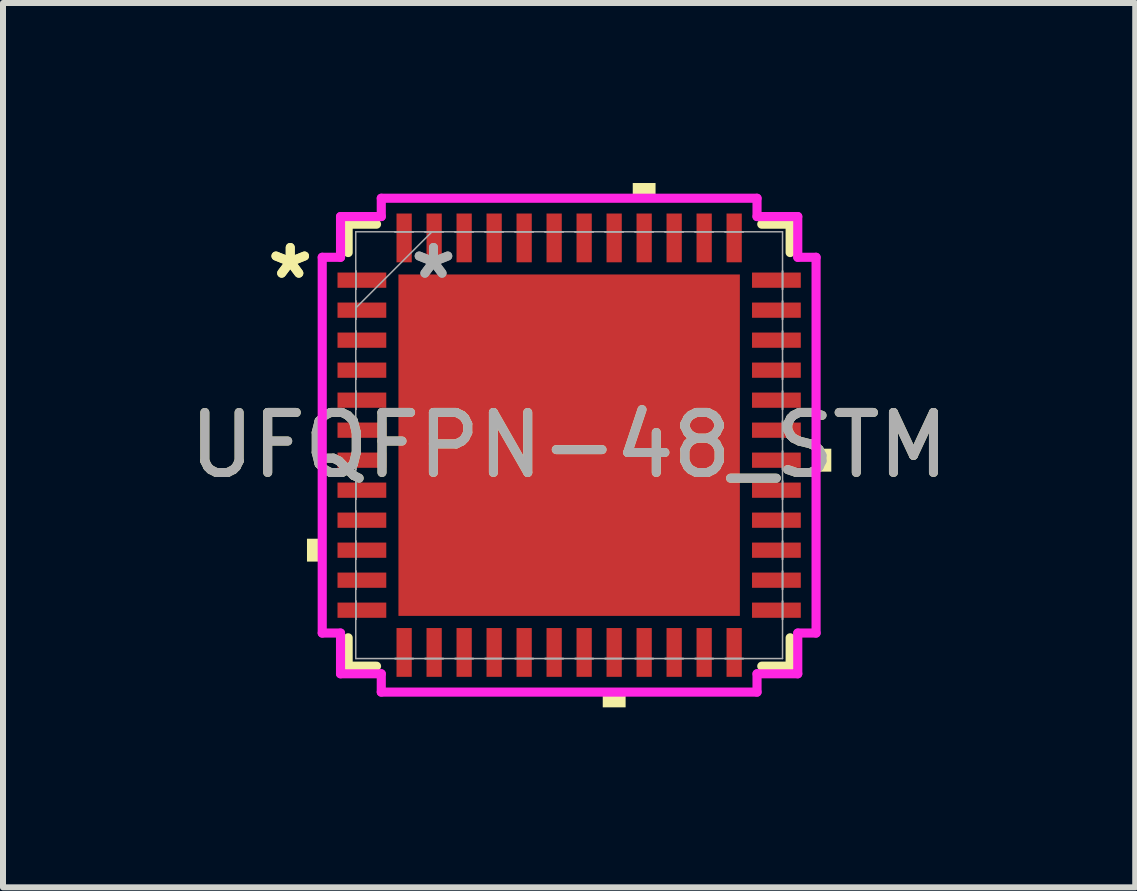
<source format=kicad_pcb>
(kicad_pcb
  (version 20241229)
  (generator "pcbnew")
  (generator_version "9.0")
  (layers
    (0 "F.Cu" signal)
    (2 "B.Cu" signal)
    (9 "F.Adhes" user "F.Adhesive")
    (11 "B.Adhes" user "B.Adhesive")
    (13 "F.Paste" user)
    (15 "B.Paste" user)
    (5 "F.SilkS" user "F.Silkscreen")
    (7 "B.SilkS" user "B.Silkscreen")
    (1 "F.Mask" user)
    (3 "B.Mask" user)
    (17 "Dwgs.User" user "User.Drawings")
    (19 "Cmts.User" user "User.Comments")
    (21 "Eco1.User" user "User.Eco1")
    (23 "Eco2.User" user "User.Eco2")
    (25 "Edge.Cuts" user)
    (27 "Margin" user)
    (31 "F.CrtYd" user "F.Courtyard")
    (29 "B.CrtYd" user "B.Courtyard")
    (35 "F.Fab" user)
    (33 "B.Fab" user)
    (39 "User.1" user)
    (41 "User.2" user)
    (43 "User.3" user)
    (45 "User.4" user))
  (footprint "UFQFPN-48_STM"
    (layer "F.Cu")
    (at 6.435 4.369)
    (property "Reference" "UFQFPN-48_STM" (at 0 0 0) (unlocked yes) (layer "F.SilkS") (effects (font (size 1 1) (thickness 0.15))))
    (attr smd)
    (fp_line (start -3.683 -3.683) (end -3.683 -3.21) (stroke (width 0.152) (type solid)) (layer "F.SilkS"))
    (fp_line (start -3.683 3.21) (end -3.683 3.683) (stroke (width 0.152) (type solid)) (layer "F.SilkS"))
    (fp_line (start -3.683 3.683) (end -3.21 3.683) (stroke (width 0.152) (type solid)) (layer "F.SilkS"))
    (fp_line (start -3.21 -3.683) (end -3.683 -3.683) (stroke (width 0.152) (type solid)) (layer "F.SilkS"))
    (fp_line (start 3.21 3.683) (end 3.683 3.683) (stroke (width 0.152) (type solid)) (layer "F.SilkS"))
    (fp_line (start 3.683 -3.683) (end 3.21 -3.683) (stroke (width 0.152) (type solid)) (layer "F.SilkS"))
    (fp_line (start 3.683 -3.21) (end 3.683 -3.683) (stroke (width 0.152) (type solid)) (layer "F.SilkS"))
    (fp_line (start 3.683 3.683) (end 3.683 3.21) (stroke (width 0.152) (type solid)) (layer "F.SilkS"))
    (fp_poly (pts (xy -4.369 1.559) (xy -4.369 1.94) (xy -4.115 1.94) (xy -4.115 1.559)) (stroke (width 0) (type solid)) (fill yes) (layer "F.SilkS"))
    (fp_poly (pts (xy 0.56 4.115) (xy 0.56 4.369) (xy 0.941 4.369) (xy 0.941 4.115)) (stroke (width 0) (type solid)) (fill yes) (layer "F.SilkS"))
    (fp_poly (pts (xy 1.06 -4.115) (xy 1.06 -4.369) (xy 1.44 -4.369) (xy 1.44 -4.115)) (stroke (width 0) (type solid)) (fill yes) (layer "F.SilkS"))
    (fp_poly (pts (xy 4.369 0.059) (xy 4.369 0.441) (xy 4.115 0.441) (xy 4.115 0.059)) (stroke (width 0) (type solid)) (fill yes) (layer "F.SilkS"))
    (fp_line (start -4.115 -3.131) (end -3.81 -3.131) (stroke (width 0.152) (type solid)) (layer "F.CrtYd"))
    (fp_line (start -4.115 3.131) (end -4.115 -3.131) (stroke (width 0.152) (type solid)) (layer "F.CrtYd"))
    (fp_line (start -3.81 -3.81) (end -3.131 -3.81) (stroke (width 0.152) (type solid)) (layer "F.CrtYd"))
    (fp_line (start -3.81 -3.131) (end -3.81 -3.81) (stroke (width 0.152) (type solid)) (layer "F.CrtYd"))
    (fp_line (start -3.81 3.131) (end -4.115 3.131) (stroke (width 0.152) (type solid)) (layer "F.CrtYd"))
    (fp_line (start -3.81 3.81) (end -3.81 3.131) (stroke (width 0.152) (type solid)) (layer "F.CrtYd"))
    (fp_line (start -3.131 -4.115) (end 3.131 -4.115) (stroke (width 0.152) (type solid)) (layer "F.CrtYd"))
    (fp_line (start -3.131 -3.81) (end -3.131 -4.115) (stroke (width 0.152) (type solid)) (layer "F.CrtYd"))
    (fp_line (start -3.131 3.81) (end -3.81 3.81) (stroke (width 0.152) (type solid)) (layer "F.CrtYd"))
    (fp_line (start -3.131 4.115) (end -3.131 3.81) (stroke (width 0.152) (type solid)) (layer "F.CrtYd"))
    (fp_line (start 3.131 -4.115) (end 3.131 -3.81) (stroke (width 0.152) (type solid)) (layer "F.CrtYd"))
    (fp_line (start 3.131 -3.81) (end 3.81 -3.81) (stroke (width 0.152) (type solid)) (layer "F.CrtYd"))
    (fp_line (start 3.131 3.81) (end 3.131 4.115) (stroke (width 0.152) (type solid)) (layer "F.CrtYd"))
    (fp_line (start 3.131 4.115) (end -3.131 4.115) (stroke (width 0.152) (type solid)) (layer "F.CrtYd"))
    (fp_line (start 3.81 -3.81) (end 3.81 -3.131) (stroke (width 0.152) (type solid)) (layer "F.CrtYd"))
    (fp_line (start 3.81 -3.131) (end 4.115 -3.131) (stroke (width 0.152) (type solid)) (layer "F.CrtYd"))
    (fp_line (start 3.81 3.131) (end 3.81 3.81) (stroke (width 0.152) (type solid)) (layer "F.CrtYd"))
    (fp_line (start 3.81 3.81) (end 3.131 3.81) (stroke (width 0.152) (type solid)) (layer "F.CrtYd"))
    (fp_line (start 4.115 -3.131) (end 4.115 3.131) (stroke (width 0.152) (type solid)) (layer "F.CrtYd"))
    (fp_line (start 4.115 3.131) (end 3.81 3.131) (stroke (width 0.152) (type solid)) (layer "F.CrtYd"))
    (fp_line (start -3.556 -3.556) (end -3.556 3.556) (stroke (width 0.025) (type solid)) (layer "F.Fab"))
    (fp_line (start -3.556 -2.902) (end -3.556 -2.902) (stroke (width 0.025) (type solid)) (layer "F.Fab"))
    (fp_line (start -3.556 -2.902) (end -3.556 -2.598) (stroke (width 0.025) (type solid)) (layer "F.Fab"))
    (fp_line (start -3.556 -2.598) (end -3.556 -2.902) (stroke (width 0.025) (type solid)) (layer "F.Fab"))
    (fp_line (start -3.556 -2.598) (end -3.556 -2.598) (stroke (width 0.025) (type solid)) (layer "F.Fab"))
    (fp_line (start -3.556 -2.402) (end -3.556 -2.402) (stroke (width 0.025) (type solid)) (layer "F.Fab"))
    (fp_line (start -3.556 -2.402) (end -3.556 -2.098) (stroke (width 0.025) (type solid)) (layer "F.Fab"))
    (fp_line (start -3.556 -2.286) (end -2.286 -3.556) (stroke (width 0.025) (type solid)) (layer "F.Fab"))
    (fp_line (start -3.556 -2.098) (end -3.556 -2.402) (stroke (width 0.025) (type solid)) (layer "F.Fab"))
    (fp_line (start -3.556 -2.098) (end -3.556 -2.098) (stroke (width 0.025) (type solid)) (layer "F.Fab"))
    (fp_line (start -3.556 -1.902) (end -3.556 -1.902) (stroke (width 0.025) (type solid)) (layer "F.Fab"))
    (fp_line (start -3.556 -1.902) (end -3.556 -1.598) (stroke (width 0.025) (type solid)) (layer "F.Fab"))
    (fp_line (start -3.556 -1.598) (end -3.556 -1.902) (stroke (width 0.025) (type solid)) (layer "F.Fab"))
    (fp_line (start -3.556 -1.598) (end -3.556 -1.598) (stroke (width 0.025) (type solid)) (layer "F.Fab"))
    (fp_line (start -3.556 -1.402) (end -3.556 -1.402) (stroke (width 0.025) (type solid)) (layer "F.Fab"))
    (fp_line (start -3.556 -1.402) (end -3.556 -1.098) (stroke (width 0.025) (type solid)) (layer "F.Fab"))
    (fp_line (start -3.556 -1.098) (end -3.556 -1.402) (stroke (width 0.025) (type solid)) (layer "F.Fab"))
    (fp_line (start -3.556 -1.098) (end -3.556 -1.098) (stroke (width 0.025) (type solid)) (layer "F.Fab"))
    (fp_line (start -3.556 -0.902) (end -3.556 -0.902) (stroke (width 0.025) (type solid)) (layer "F.Fab"))
    (fp_line (start -3.556 -0.902) (end -3.556 -0.598) (stroke (width 0.025) (type solid)) (layer "F.Fab"))
    (fp_line (start -3.556 -0.598) (end -3.556 -0.902) (stroke (width 0.025) (type solid)) (layer "F.Fab"))
    (fp_line (start -3.556 -0.598) (end -3.556 -0.598) (stroke (width 0.025) (type solid)) (layer "F.Fab"))
    (fp_line (start -3.556 -0.402) (end -3.556 -0.402) (stroke (width 0.025) (type solid)) (layer "F.Fab"))
    (fp_line (start -3.556 -0.402) (end -3.556 -0.098) (stroke (width 0.025) (type solid)) (layer "F.Fab"))
    (fp_line (start -3.556 -0.098) (end -3.556 -0.402) (stroke (width 0.025) (type solid)) (layer "F.Fab"))
    (fp_line (start -3.556 -0.098) (end -3.556 -0.098) (stroke (width 0.025) (type solid)) (layer "F.Fab"))
    (fp_line (start -3.556 0.098) (end -3.556 0.098) (stroke (width 0.025) (type solid)) (layer "F.Fab"))
    (fp_line (start -3.556 0.098) (end -3.556 0.402) (stroke (width 0.025) (type solid)) (layer "F.Fab"))
    (fp_line (start -3.556 0.402) (end -3.556 0.098) (stroke (width 0.025) (type solid)) (layer "F.Fab"))
    (fp_line (start -3.556 0.402) (end -3.556 0.402) (stroke (width 0.025) (type solid)) (layer "F.Fab"))
    (fp_line (start -3.556 0.598) (end -3.556 0.598) (stroke (width 0.025) (type solid)) (layer "F.Fab"))
    (fp_line (start -3.556 0.598) (end -3.556 0.902) (stroke (width 0.025) (type solid)) (layer "F.Fab"))
    (fp_line (start -3.556 0.902) (end -3.556 0.598) (stroke (width 0.025) (type solid)) (layer "F.Fab"))
    (fp_line (start -3.556 0.902) (end -3.556 0.902) (stroke (width 0.025) (type solid)) (layer "F.Fab"))
    (fp_line (start -3.556 1.098) (end -3.556 1.098) (stroke (width 0.025) (type solid)) (layer "F.Fab"))
    (fp_line (start -3.556 1.098) (end -3.556 1.402) (stroke (width 0.025) (type solid)) (layer "F.Fab"))
    (fp_line (start -3.556 1.402) (end -3.556 1.098) (stroke (width 0.025) (type solid)) (layer "F.Fab"))
    (fp_line (start -3.556 1.402) (end -3.556 1.402) (stroke (width 0.025) (type solid)) (layer "F.Fab"))
    (fp_line (start -3.556 1.598) (end -3.556 1.598) (stroke (width 0.025) (type solid)) (layer "F.Fab"))
    (fp_line (start -3.556 1.598) (end -3.556 1.902) (stroke (width 0.025) (type solid)) (layer "F.Fab"))
    (fp_line (start -3.556 1.902) (end -3.556 1.598) (stroke (width 0.025) (type solid)) (layer "F.Fab"))
    (fp_line (start -3.556 1.902) (end -3.556 1.902) (stroke (width 0.025) (type solid)) (layer "F.Fab"))
    (fp_line (start -3.556 2.098) (end -3.556 2.098) (stroke (width 0.025) (type solid)) (layer "F.Fab"))
    (fp_line (start -3.556 2.098) (end -3.556 2.402) (stroke (width 0.025) (type solid)) (layer "F.Fab"))
    (fp_line (start -3.556 2.402) (end -3.556 2.098) (stroke (width 0.025) (type solid)) (layer "F.Fab"))
    (fp_line (start -3.556 2.402) (end -3.556 2.402) (stroke (width 0.025) (type solid)) (layer "F.Fab"))
    (fp_line (start -3.556 2.598) (end -3.556 2.598) (stroke (width 0.025) (type solid)) (layer "F.Fab"))
    (fp_line (start -3.556 2.598) (end -3.556 2.902) (stroke (width 0.025) (type solid)) (layer "F.Fab"))
    (fp_line (start -3.556 2.902) (end -3.556 2.598) (stroke (width 0.025) (type solid)) (layer "F.Fab"))
    (fp_line (start -3.556 2.902) (end -3.556 2.902) (stroke (width 0.025) (type solid)) (layer "F.Fab"))
    (fp_line (start -3.556 3.556) (end 3.556 3.556) (stroke (width 0.025) (type solid)) (layer "F.Fab"))
    (fp_line (start -2.902 -3.556) (end -2.902 -3.556) (stroke (width 0.025) (type solid)) (layer "F.Fab"))
    (fp_line (start -2.902 -3.556) (end -2.598 -3.556) (stroke (width 0.025) (type solid)) (layer "F.Fab"))
    (fp_line (start -2.902 3.556) (end -2.902 3.556) (stroke (width 0.025) (type solid)) (layer "F.Fab"))
    (fp_line (start -2.902 3.556) (end -2.598 3.556) (stroke (width 0.025) (type solid)) (layer "F.Fab"))
    (fp_line (start -2.598 -3.556) (end -2.902 -3.556) (stroke (width 0.025) (type solid)) (layer "F.Fab"))
    (fp_line (start -2.598 -3.556) (end -2.598 -3.556) (stroke (width 0.025) (type solid)) (layer "F.Fab"))
    (fp_line (start -2.598 3.556) (end -2.902 3.556) (stroke (width 0.025) (type solid)) (layer "F.Fab"))
    (fp_line (start -2.598 3.556) (end -2.598 3.556) (stroke (width 0.025) (type solid)) (layer "F.Fab"))
    (fp_line (start -2.402 -3.556) (end -2.402 -3.556) (stroke (width 0.025) (type solid)) (layer "F.Fab"))
    (fp_line (start -2.402 -3.556) (end -2.098 -3.556) (stroke (width 0.025) (type solid)) (layer "F.Fab"))
    (fp_line (start -2.402 3.556) (end -2.402 3.556) (stroke (width 0.025) (type solid)) (layer "F.Fab"))
    (fp_line (start -2.402 3.556) (end -2.098 3.556) (stroke (width 0.025) (type solid)) (layer "F.Fab"))
    (fp_line (start -2.098 -3.556) (end -2.402 -3.556) (stroke (width 0.025) (type solid)) (layer "F.Fab"))
    (fp_line (start -2.098 -3.556) (end -2.098 -3.556) (stroke (width 0.025) (type solid)) (layer "F.Fab"))
    (fp_line (start -2.098 3.556) (end -2.402 3.556) (stroke (width 0.025) (type solid)) (layer "F.Fab"))
    (fp_line (start -2.098 3.556) (end -2.098 3.556) (stroke (width 0.025) (type solid)) (layer "F.Fab"))
    (fp_line (start -1.902 -3.556) (end -1.902 -3.556) (stroke (width 0.025) (type solid)) (layer "F.Fab"))
    (fp_line (start -1.902 -3.556) (end -1.598 -3.556) (stroke (width 0.025) (type solid)) (layer "F.Fab"))
    (fp_line (start -1.902 3.556) (end -1.902 3.556) (stroke (width 0.025) (type solid)) (layer "F.Fab"))
    (fp_line (start -1.902 3.556) (end -1.598 3.556) (stroke (width 0.025) (type solid)) (layer "F.Fab"))
    (fp_line (start -1.598 -3.556) (end -1.902 -3.556) (stroke (width 0.025) (type solid)) (layer "F.Fab"))
    (fp_line (start -1.598 -3.556) (end -1.598 -3.556) (stroke (width 0.025) (type solid)) (layer "F.Fab"))
    (fp_line (start -1.598 3.556) (end -1.902 3.556) (stroke (width 0.025) (type solid)) (layer "F.Fab"))
    (fp_line (start -1.598 3.556) (end -1.598 3.556) (stroke (width 0.025) (type solid)) (layer "F.Fab"))
    (fp_line (start -1.402 -3.556) (end -1.402 -3.556) (stroke (width 0.025) (type solid)) (layer "F.Fab"))
    (fp_line (start -1.402 -3.556) (end -1.098 -3.556) (stroke (width 0.025) (type solid)) (layer "F.Fab"))
    (fp_line (start -1.402 3.556) (end -1.402 3.556) (stroke (width 0.025) (type solid)) (layer "F.Fab"))
    (fp_line (start -1.402 3.556) (end -1.098 3.556) (stroke (width 0.025) (type solid)) (layer "F.Fab"))
    (fp_line (start -1.098 -3.556) (end -1.402 -3.556) (stroke (width 0.025) (type solid)) (layer "F.Fab"))
    (fp_line (start -1.098 -3.556) (end -1.098 -3.556) (stroke (width 0.025) (type solid)) (layer "F.Fab"))
    (fp_line (start -1.098 3.556) (end -1.402 3.556) (stroke (width 0.025) (type solid)) (layer "F.Fab"))
    (fp_line (start -1.098 3.556) (end -1.098 3.556) (stroke (width 0.025) (type solid)) (layer "F.Fab"))
    (fp_line (start -0.902 -3.556) (end -0.902 -3.556) (stroke (width 0.025) (type solid)) (layer "F.Fab"))
    (fp_line (start -0.902 -3.556) (end -0.598 -3.556) (stroke (width 0.025) (type solid)) (layer "F.Fab"))
    (fp_line (start -0.902 3.556) (end -0.902 3.556) (stroke (width 0.025) (type solid)) (layer "F.Fab"))
    (fp_line (start -0.902 3.556) (end -0.598 3.556) (stroke (width 0.025) (type solid)) (layer "F.Fab"))
    (fp_line (start -0.598 -3.556) (end -0.902 -3.556) (stroke (width 0.025) (type solid)) (layer "F.Fab"))
    (fp_line (start -0.598 -3.556) (end -0.598 -3.556) (stroke (width 0.025) (type solid)) (layer "F.Fab"))
    (fp_line (start -0.598 3.556) (end -0.902 3.556) (stroke (width 0.025) (type solid)) (layer "F.Fab"))
    (fp_line (start -0.598 3.556) (end -0.598 3.556) (stroke (width 0.025) (type solid)) (layer "F.Fab"))
    (fp_line (start -0.402 -3.556) (end -0.402 -3.556) (stroke (width 0.025) (type solid)) (layer "F.Fab"))
    (fp_line (start -0.402 -3.556) (end -0.098 -3.556) (stroke (width 0.025) (type solid)) (layer "F.Fab"))
    (fp_line (start -0.402 3.556) (end -0.402 3.556) (stroke (width 0.025) (type solid)) (layer "F.Fab"))
    (fp_line (start -0.402 3.556) (end -0.098 3.556) (stroke (width 0.025) (type solid)) (layer "F.Fab"))
    (fp_line (start -0.098 -3.556) (end -0.402 -3.556) (stroke (width 0.025) (type solid)) (layer "F.Fab"))
    (fp_line (start -0.098 -3.556) (end -0.098 -3.556) (stroke (width 0.025) (type solid)) (layer "F.Fab"))
    (fp_line (start -0.098 3.556) (end -0.402 3.556) (stroke (width 0.025) (type solid)) (layer "F.Fab"))
    (fp_line (start -0.098 3.556) (end -0.098 3.556) (stroke (width 0.025) (type solid)) (layer "F.Fab"))
    (fp_line (start 0.098 -3.556) (end 0.098 -3.556) (stroke (width 0.025) (type solid)) (layer "F.Fab"))
    (fp_line (start 0.098 -3.556) (end 0.402 -3.556) (stroke (width 0.025) (type solid)) (layer "F.Fab"))
    (fp_line (start 0.098 3.556) (end 0.098 3.556) (stroke (width 0.025) (type solid)) (layer "F.Fab"))
    (fp_line (start 0.098 3.556) (end 0.402 3.556) (stroke (width 0.025) (type solid)) (layer "F.Fab"))
    (fp_line (start 0.402 -3.556) (end 0.098 -3.556) (stroke (width 0.025) (type solid)) (layer "F.Fab"))
    (fp_line (start 0.402 -3.556) (end 0.402 -3.556) (stroke (width 0.025) (type solid)) (layer "F.Fab"))
    (fp_line (start 0.402 3.556) (end 0.098 3.556) (stroke (width 0.025) (type solid)) (layer "F.Fab"))
    (fp_line (start 0.402 3.556) (end 0.402 3.556) (stroke (width 0.025) (type solid)) (layer "F.Fab"))
    (fp_line (start 0.598 -3.556) (end 0.598 -3.556) (stroke (width 0.025) (type solid)) (layer "F.Fab"))
    (fp_line (start 0.598 -3.556) (end 0.902 -3.556) (stroke (width 0.025) (type solid)) (layer "F.Fab"))
    (fp_line (start 0.598 3.556) (end 0.598 3.556) (stroke (width 0.025) (type solid)) (layer "F.Fab"))
    (fp_line (start 0.598 3.556) (end 0.902 3.556) (stroke (width 0.025) (type solid)) (layer "F.Fab"))
    (fp_line (start 0.902 -3.556) (end 0.598 -3.556) (stroke (width 0.025) (type solid)) (layer "F.Fab"))
    (fp_line (start 0.902 -3.556) (end 0.902 -3.556) (stroke (width 0.025) (type solid)) (layer "F.Fab"))
    (fp_line (start 0.902 3.556) (end 0.598 3.556) (stroke (width 0.025) (type solid)) (layer "F.Fab"))
    (fp_line (start 0.902 3.556) (end 0.902 3.556) (stroke (width 0.025) (type solid)) (layer "F.Fab"))
    (fp_line (start 1.098 -3.556) (end 1.098 -3.556) (stroke (width 0.025) (type solid)) (layer "F.Fab"))
    (fp_line (start 1.098 -3.556) (end 1.402 -3.556) (stroke (width 0.025) (type solid)) (layer "F.Fab"))
    (fp_line (start 1.098 3.556) (end 1.098 3.556) (stroke (width 0.025) (type solid)) (layer "F.Fab"))
    (fp_line (start 1.098 3.556) (end 1.402 3.556) (stroke (width 0.025) (type solid)) (layer "F.Fab"))
    (fp_line (start 1.402 -3.556) (end 1.098 -3.556) (stroke (width 0.025) (type solid)) (layer "F.Fab"))
    (fp_line (start 1.402 -3.556) (end 1.402 -3.556) (stroke (width 0.025) (type solid)) (layer "F.Fab"))
    (fp_line (start 1.402 3.556) (end 1.098 3.556) (stroke (width 0.025) (type solid)) (layer "F.Fab"))
    (fp_line (start 1.402 3.556) (end 1.402 3.556) (stroke (width 0.025) (type solid)) (layer "F.Fab"))
    (fp_line (start 1.598 -3.556) (end 1.598 -3.556) (stroke (width 0.025) (type solid)) (layer "F.Fab"))
    (fp_line (start 1.598 -3.556) (end 1.902 -3.556) (stroke (width 0.025) (type solid)) (layer "F.Fab"))
    (fp_line (start 1.598 3.556) (end 1.598 3.556) (stroke (width 0.025) (type solid)) (layer "F.Fab"))
    (fp_line (start 1.598 3.556) (end 1.902 3.556) (stroke (width 0.025) (type solid)) (layer "F.Fab"))
    (fp_line (start 1.902 -3.556) (end 1.598 -3.556) (stroke (width 0.025) (type solid)) (layer "F.Fab"))
    (fp_line (start 1.902 -3.556) (end 1.902 -3.556) (stroke (width 0.025) (type solid)) (layer "F.Fab"))
    (fp_line (start 1.902 3.556) (end 1.598 3.556) (stroke (width 0.025) (type solid)) (layer "F.Fab"))
    (fp_line (start 1.902 3.556) (end 1.902 3.556) (stroke (width 0.025) (type solid)) (layer "F.Fab"))
    (fp_line (start 2.098 -3.556) (end 2.098 -3.556) (stroke (width 0.025) (type solid)) (layer "F.Fab"))
    (fp_line (start 2.098 -3.556) (end 2.402 -3.556) (stroke (width 0.025) (type solid)) (layer "F.Fab"))
    (fp_line (start 2.098 3.556) (end 2.098 3.556) (stroke (width 0.025) (type solid)) (layer "F.Fab"))
    (fp_line (start 2.098 3.556) (end 2.402 3.556) (stroke (width 0.025) (type solid)) (layer "F.Fab"))
    (fp_line (start 2.402 -3.556) (end 2.098 -3.556) (stroke (width 0.025) (type solid)) (layer "F.Fab"))
    (fp_line (start 2.402 -3.556) (end 2.402 -3.556) (stroke (width 0.025) (type solid)) (layer "F.Fab"))
    (fp_line (start 2.402 3.556) (end 2.098 3.556) (stroke (width 0.025) (type solid)) (layer "F.Fab"))
    (fp_line (start 2.402 3.556) (end 2.402 3.556) (stroke (width 0.025) (type solid)) (layer "F.Fab"))
    (fp_line (start 2.598 -3.556) (end 2.598 -3.556) (stroke (width 0.025) (type solid)) (layer "F.Fab"))
    (fp_line (start 2.598 -3.556) (end 2.902 -3.556) (stroke (width 0.025) (type solid)) (layer "F.Fab"))
    (fp_line (start 2.598 3.556) (end 2.598 3.556) (stroke (width 0.025) (type solid)) (layer "F.Fab"))
    (fp_line (start 2.598 3.556) (end 2.902 3.556) (stroke (width 0.025) (type solid)) (layer "F.Fab"))
    (fp_line (start 2.902 -3.556) (end 2.598 -3.556) (stroke (width 0.025) (type solid)) (layer "F.Fab"))
    (fp_line (start 2.902 -3.556) (end 2.902 -3.556) (stroke (width 0.025) (type solid)) (layer "F.Fab"))
    (fp_line (start 2.902 3.556) (end 2.598 3.556) (stroke (width 0.025) (type solid)) (layer "F.Fab"))
    (fp_line (start 2.902 3.556) (end 2.902 3.556) (stroke (width 0.025) (type solid)) (layer "F.Fab"))
    (fp_line (start 3.556 -3.556) (end -3.556 -3.556) (stroke (width 0.025) (type solid)) (layer "F.Fab"))
    (fp_line (start 3.556 -2.902) (end 3.556 -2.902) (stroke (width 0.025) (type solid)) (layer "F.Fab"))
    (fp_line (start 3.556 -2.902) (end 3.556 -2.598) (stroke (width 0.025) (type solid)) (layer "F.Fab"))
    (fp_line (start 3.556 -2.598) (end 3.556 -2.902) (stroke (width 0.025) (type solid)) (layer "F.Fab"))
    (fp_line (start 3.556 -2.598) (end 3.556 -2.598) (stroke (width 0.025) (type solid)) (layer "F.Fab"))
    (fp_line (start 3.556 -2.402) (end 3.556 -2.402) (stroke (width 0.025) (type solid)) (layer "F.Fab"))
    (fp_line (start 3.556 -2.402) (end 3.556 -2.098) (stroke (width 0.025) (type solid)) (layer "F.Fab"))
    (fp_line (start 3.556 -2.098) (end 3.556 -2.402) (stroke (width 0.025) (type solid)) (layer "F.Fab"))
    (fp_line (start 3.556 -2.098) (end 3.556 -2.098) (stroke (width 0.025) (type solid)) (layer "F.Fab"))
    (fp_line (start 3.556 -1.902) (end 3.556 -1.902) (stroke (width 0.025) (type solid)) (layer "F.Fab"))
    (fp_line (start 3.556 -1.902) (end 3.556 -1.598) (stroke (width 0.025) (type solid)) (layer "F.Fab"))
    (fp_line (start 3.556 -1.598) (end 3.556 -1.902) (stroke (width 0.025) (type solid)) (layer "F.Fab"))
    (fp_line (start 3.556 -1.598) (end 3.556 -1.598) (stroke (width 0.025) (type solid)) (layer "F.Fab"))
    (fp_line (start 3.556 -1.402) (end 3.556 -1.402) (stroke (width 0.025) (type solid)) (layer "F.Fab"))
    (fp_line (start 3.556 -1.402) (end 3.556 -1.098) (stroke (width 0.025) (type solid)) (layer "F.Fab"))
    (fp_line (start 3.556 -1.098) (end 3.556 -1.402) (stroke (width 0.025) (type solid)) (layer "F.Fab"))
    (fp_line (start 3.556 -1.098) (end 3.556 -1.098) (stroke (width 0.025) (type solid)) (layer "F.Fab"))
    (fp_line (start 3.556 -0.902) (end 3.556 -0.902) (stroke (width 0.025) (type solid)) (layer "F.Fab"))
    (fp_line (start 3.556 -0.902) (end 3.556 -0.598) (stroke (width 0.025) (type solid)) (layer "F.Fab"))
    (fp_line (start 3.556 -0.598) (end 3.556 -0.902) (stroke (width 0.025) (type solid)) (layer "F.Fab"))
    (fp_line (start 3.556 -0.598) (end 3.556 -0.598) (stroke (width 0.025) (type solid)) (layer "F.Fab"))
    (fp_line (start 3.556 -0.402) (end 3.556 -0.402) (stroke (width 0.025) (type solid)) (layer "F.Fab"))
    (fp_line (start 3.556 -0.402) (end 3.556 -0.098) (stroke (width 0.025) (type solid)) (layer "F.Fab"))
    (fp_line (start 3.556 -0.098) (end 3.556 -0.402) (stroke (width 0.025) (type solid)) (layer "F.Fab"))
    (fp_line (start 3.556 -0.098) (end 3.556 -0.098) (stroke (width 0.025) (type solid)) (layer "F.Fab"))
    (fp_line (start 3.556 0.098) (end 3.556 0.098) (stroke (width 0.025) (type solid)) (layer "F.Fab"))
    (fp_line (start 3.556 0.098) (end 3.556 0.402) (stroke (width 0.025) (type solid)) (layer "F.Fab"))
    (fp_line (start 3.556 0.402) (end 3.556 0.098) (stroke (width 0.025) (type solid)) (layer "F.Fab"))
    (fp_line (start 3.556 0.402) (end 3.556 0.402) (stroke (width 0.025) (type solid)) (layer "F.Fab"))
    (fp_line (start 3.556 0.598) (end 3.556 0.598) (stroke (width 0.025) (type solid)) (layer "F.Fab"))
    (fp_line (start 3.556 0.598) (end 3.556 0.902) (stroke (width 0.025) (type solid)) (layer "F.Fab"))
    (fp_line (start 3.556 0.902) (end 3.556 0.598) (stroke (width 0.025) (type solid)) (layer "F.Fab"))
    (fp_line (start 3.556 0.902) (end 3.556 0.902) (stroke (width 0.025) (type solid)) (layer "F.Fab"))
    (fp_line (start 3.556 1.098) (end 3.556 1.098) (stroke (width 0.025) (type solid)) (layer "F.Fab"))
    (fp_line (start 3.556 1.098) (end 3.556 1.402) (stroke (width 0.025) (type solid)) (layer "F.Fab"))
    (fp_line (start 3.556 1.402) (end 3.556 1.098) (stroke (width 0.025) (type solid)) (layer "F.Fab"))
    (fp_line (start 3.556 1.402) (end 3.556 1.402) (stroke (width 0.025) (type solid)) (layer "F.Fab"))
    (fp_line (start 3.556 1.598) (end 3.556 1.598) (stroke (width 0.025) (type solid)) (layer "F.Fab"))
    (fp_line (start 3.556 1.598) (end 3.556 1.902) (stroke (width 0.025) (type solid)) (layer "F.Fab"))
    (fp_line (start 3.556 1.902) (end 3.556 1.598) (stroke (width 0.025) (type solid)) (layer "F.Fab"))
    (fp_line (start 3.556 1.902) (end 3.556 1.902) (stroke (width 0.025) (type solid)) (layer "F.Fab"))
    (fp_line (start 3.556 2.098) (end 3.556 2.098) (stroke (width 0.025) (type solid)) (layer "F.Fab"))
    (fp_line (start 3.556 2.098) (end 3.556 2.402) (stroke (width 0.025) (type solid)) (layer "F.Fab"))
    (fp_line (start 3.556 2.402) (end 3.556 2.098) (stroke (width 0.025) (type solid)) (layer "F.Fab"))
    (fp_line (start 3.556 2.402) (end 3.556 2.402) (stroke (width 0.025) (type solid)) (layer "F.Fab"))
    (fp_line (start 3.556 2.598) (end 3.556 2.598) (stroke (width 0.025) (type solid)) (layer "F.Fab"))
    (fp_line (start 3.556 2.598) (end 3.556 2.902) (stroke (width 0.025) (type solid)) (layer "F.Fab"))
    (fp_line (start 3.556 2.902) (end 3.556 2.598) (stroke (width 0.025) (type solid)) (layer "F.Fab"))
    (fp_line (start 3.556 2.902) (end 3.556 2.902) (stroke (width 0.025) (type solid)) (layer "F.Fab"))
    (fp_line (start 3.556 3.556) (end 3.556 -3.556) (stroke (width 0.025) (type solid)) (layer "F.Fab"))
    (fp_text user "*" (at -4.648 -2.75 0) (layer "F.SilkS") (effects (font (size 1 1) (thickness 0.15))))
    (fp_text user "*" (at -4.648 -2.75 0) (unlocked yes) (layer "F.SilkS") (effects (font (size 1 1) (thickness 0.15))))
    (fp_text user "${REFERENCE}" (at 0 0 0) (unlocked yes) (layer "F.Fab") (effects (font (size 1 1) (thickness 0.15))))
    (fp_text user "*" (at -2.261 -2.75 0) (unlocked yes) (layer "F.Fab") (effects (font (size 1 1) (thickness 0.15))))
    (fp_text user "*" (at -2.261 -2.75 0) (layer "F.Fab") (effects (font (size 1 1) (thickness 0.15))))
    (pad "1" smd rect (at -3.454 -2.75 90) (size 0.254 0.813) (layers "F.Cu" "F.Mask" "F.Paste"))
    (pad "2" smd rect (at -3.454 -2.25 90) (size 0.254 0.813) (layers "F.Cu" "F.Mask" "F.Paste"))
    (pad "3" smd rect (at -3.454 -1.75 90) (size 0.254 0.813) (layers "F.Cu" "F.Mask" "F.Paste"))
    (pad "4" smd rect (at -3.454 -1.25 90) (size 0.254 0.813) (layers "F.Cu" "F.Mask" "F.Paste"))
    (pad "5" smd rect (at -3.454 -0.75 90) (size 0.254 0.813) (layers "F.Cu" "F.Mask" "F.Paste"))
    (pad "6" smd rect (at -3.454 -0.25 90) (size 0.254 0.813) (layers "F.Cu" "F.Mask" "F.Paste"))
    (pad "7" smd rect (at -3.454 0.25 90) (size 0.254 0.813) (layers "F.Cu" "F.Mask" "F.Paste"))
    (pad "8" smd rect (at -3.454 0.75 90) (size 0.254 0.813) (layers "F.Cu" "F.Mask" "F.Paste"))
    (pad "9" smd rect (at -3.454 1.25 90) (size 0.254 0.813) (layers "F.Cu" "F.Mask" "F.Paste"))
    (pad "10" smd rect (at -3.454 1.75 90) (size 0.254 0.813) (layers "F.Cu" "F.Mask" "F.Paste"))
    (pad "11" smd rect (at -3.454 2.25 90) (size 0.254 0.813) (layers "F.Cu" "F.Mask" "F.Paste"))
    (pad "12" smd rect (at -3.454 2.75 90) (size 0.254 0.813) (layers "F.Cu" "F.Mask" "F.Paste"))
    (pad "13" smd rect (at -2.75 3.454) (size 0.254 0.813) (layers "F.Cu" "F.Mask" "F.Paste"))
    (pad "14" smd rect (at -2.25 3.454) (size 0.254 0.813) (layers "F.Cu" "F.Mask" "F.Paste"))
    (pad "15" smd rect (at -1.75 3.454) (size 0.254 0.813) (layers "F.Cu" "F.Mask" "F.Paste"))
    (pad "16" smd rect (at -1.25 3.454) (size 0.254 0.813) (layers "F.Cu" "F.Mask" "F.Paste"))
    (pad "17" smd rect (at -0.75 3.454) (size 0.254 0.813) (layers "F.Cu" "F.Mask" "F.Paste"))
    (pad "18" smd rect (at -0.25 3.454) (size 0.254 0.813) (layers "F.Cu" "F.Mask" "F.Paste"))
    (pad "19" smd rect (at 0.25 3.454) (size 0.254 0.813) (layers "F.Cu" "F.Mask" "F.Paste"))
    (pad "20" smd rect (at 0.75 3.454) (size 0.254 0.813) (layers "F.Cu" "F.Mask" "F.Paste"))
    (pad "21" smd rect (at 1.25 3.454) (size 0.254 0.813) (layers "F.Cu" "F.Mask" "F.Paste"))
    (pad "22" smd rect (at 1.75 3.454) (size 0.254 0.813) (layers "F.Cu" "F.Mask" "F.Paste"))
    (pad "23" smd rect (at 2.25 3.454) (size 0.254 0.813) (layers "F.Cu" "F.Mask" "F.Paste"))
    (pad "24" smd rect (at 2.75 3.454) (size 0.254 0.813) (layers "F.Cu" "F.Mask" "F.Paste"))
    (pad "25" smd rect (at 3.454 2.75 90) (size 0.254 0.813) (layers "F.Cu" "F.Mask" "F.Paste"))
    (pad "26" smd rect (at 3.454 2.25 90) (size 0.254 0.813) (layers "F.Cu" "F.Mask" "F.Paste"))
    (pad "27" smd rect (at 3.454 1.75 90) (size 0.254 0.813) (layers "F.Cu" "F.Mask" "F.Paste"))
    (pad "28" smd rect (at 3.454 1.25 90) (size 0.254 0.813) (layers "F.Cu" "F.Mask" "F.Paste"))
    (pad "29" smd rect (at 3.454 0.75 90) (size 0.254 0.813) (layers "F.Cu" "F.Mask" "F.Paste"))
    (pad "30" smd rect (at 3.454 0.25 90) (size 0.254 0.813) (layers "F.Cu" "F.Mask" "F.Paste"))
    (pad "31" smd rect (at 3.454 -0.25 90) (size 0.254 0.813) (layers "F.Cu" "F.Mask" "F.Paste"))
    (pad "32" smd rect (at 3.454 -0.75 90) (size 0.254 0.813) (layers "F.Cu" "F.Mask" "F.Paste"))
    (pad "33" smd rect (at 3.454 -1.25 90) (size 0.254 0.813) (layers "F.Cu" "F.Mask" "F.Paste"))
    (pad "34" smd rect (at 3.454 -1.75 90) (size 0.254 0.813) (layers "F.Cu" "F.Mask" "F.Paste"))
    (pad "35" smd rect (at 3.454 -2.25 90) (size 0.254 0.813) (layers "F.Cu" "F.Mask" "F.Paste"))
    (pad "36" smd rect (at 3.454 -2.75 90) (size 0.254 0.813) (layers "F.Cu" "F.Mask" "F.Paste"))
    (pad "37" smd rect (at 2.75 -3.454) (size 0.254 0.813) (layers "F.Cu" "F.Mask" "F.Paste"))
    (pad "38" smd rect (at 2.25 -3.454) (size 0.254 0.813) (layers "F.Cu" "F.Mask" "F.Paste"))
    (pad "39" smd rect (at 1.75 -3.454) (size 0.254 0.813) (layers "F.Cu" "F.Mask" "F.Paste"))
    (pad "40" smd rect (at 1.25 -3.454) (size 0.254 0.813) (layers "F.Cu" "F.Mask" "F.Paste"))
    (pad "41" smd rect (at 0.75 -3.454) (size 0.254 0.813) (layers "F.Cu" "F.Mask" "F.Paste"))
    (pad "42" smd rect (at 0.25 -3.454) (size 0.254 0.813) (layers "F.Cu" "F.Mask" "F.Paste"))
    (pad "43" smd rect (at -0.25 -3.454) (size 0.254 0.813) (layers "F.Cu" "F.Mask" "F.Paste"))
    (pad "44" smd rect (at -0.75 -3.454) (size 0.254 0.813) (layers "F.Cu" "F.Mask" "F.Paste"))
    (pad "45" smd rect (at -1.25 -3.454) (size 0.254 0.813) (layers "F.Cu" "F.Mask" "F.Paste"))
    (pad "46" smd rect (at -1.75 -3.454) (size 0.254 0.813) (layers "F.Cu" "F.Mask" "F.Paste"))
    (pad "47" smd rect (at -2.25 -3.454) (size 0.254 0.813) (layers "F.Cu" "F.Mask" "F.Paste"))
    (pad "48" smd rect (at -2.75 -3.454) (size 0.254 0.813) (layers "F.Cu" "F.Mask" "F.Paste"))
    (pad "49" smd rect (at 0 0) (size 5.69 5.69) (layers "F.Cu" "F.Mask" "F.Paste")))
  (gr_rect
    (start -3 -3)
    (end 15.869 11.738)
    (stroke (width 0.1) (type default))
    (fill no)
    (layer "Edge.Cuts")))
</source>
